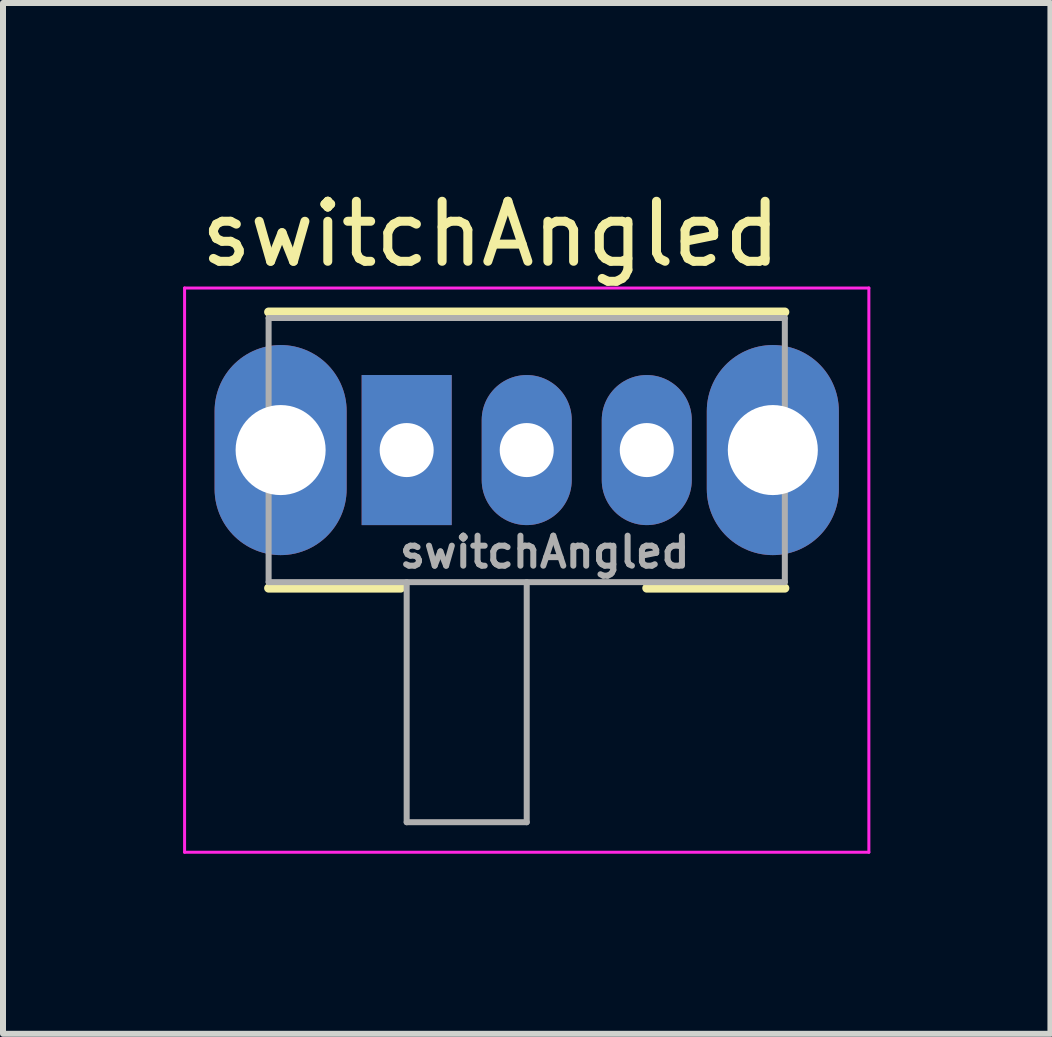
<source format=kicad_pcb>
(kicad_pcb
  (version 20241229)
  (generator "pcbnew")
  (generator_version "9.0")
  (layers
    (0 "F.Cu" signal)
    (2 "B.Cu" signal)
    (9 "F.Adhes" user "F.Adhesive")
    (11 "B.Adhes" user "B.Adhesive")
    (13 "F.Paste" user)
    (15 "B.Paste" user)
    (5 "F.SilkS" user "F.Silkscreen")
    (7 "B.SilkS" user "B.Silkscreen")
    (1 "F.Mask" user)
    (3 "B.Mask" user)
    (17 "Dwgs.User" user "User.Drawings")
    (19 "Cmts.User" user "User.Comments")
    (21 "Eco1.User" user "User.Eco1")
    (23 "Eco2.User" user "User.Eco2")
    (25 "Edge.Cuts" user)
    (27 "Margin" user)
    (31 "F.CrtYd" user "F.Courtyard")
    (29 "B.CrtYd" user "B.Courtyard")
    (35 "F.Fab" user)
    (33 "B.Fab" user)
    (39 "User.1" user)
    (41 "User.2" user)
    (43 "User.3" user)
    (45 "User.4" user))
  (footprint "switchAngled"
    (layer "F.Cu")
    (at 3.725 4.448)
    (property "Reference" "switchAngled" (at 1.4 -3.6 0) (layer "F.SilkS") (effects (font (size 1 1) (thickness 0.15))))
    (attr through_hole)
    (fp_line (start -2.3 -2.3) (end 6.3 -2.3) (stroke (width 0.15) (type solid)) (layer "F.SilkS"))
    (fp_line (start -2.3 2.3) (end -0.1 2.3) (stroke (width 0.15) (type solid)) (layer "F.SilkS"))
    (fp_line (start 4 2.3) (end 6.3 2.3) (stroke (width 0.15) (type solid)) (layer "F.SilkS"))
    (fp_line (start -3.7 -2.7) (end 7.7 -2.7) (stroke (width 0.05) (type solid)) (layer "F.CrtYd"))
    (fp_line (start -3.7 6.7) (end -3.7 -2.7) (stroke (width 0.05) (type solid)) (layer "F.CrtYd"))
    (fp_line (start 7.7 -2.7) (end 7.7 6.7) (stroke (width 0.05) (type solid)) (layer "F.CrtYd"))
    (fp_line (start 7.7 6.7) (end -3.7 6.7) (stroke (width 0.05) (type solid)) (layer "F.CrtYd"))
    (fp_line (start -2.3 -2.2) (end -2.3 2.2) (stroke (width 0.1) (type solid)) (layer "F.Fab"))
    (fp_line (start -2.3 -2.2) (end 6.3 -2.2) (stroke (width 0.1) (type solid)) (layer "F.Fab"))
    (fp_line (start -2.3 2.2) (end 6.3 2.2) (stroke (width 0.1) (type solid)) (layer "F.Fab"))
    (fp_line (start 0 6.2) (end 0 2.2) (stroke (width 0.1) (type solid)) (layer "F.Fab"))
    (fp_line (start 2 2.2) (end 2 6.2) (stroke (width 0.1) (type solid)) (layer "F.Fab"))
    (fp_line (start 2 6.2) (end 0 6.2) (stroke (width 0.1) (type solid)) (layer "F.Fab"))
    (fp_line (start 6.3 2.2) (end 6.3 -2.2) (stroke (width 0.1) (type solid)) (layer "F.Fab"))
    (fp_text user "${REFERENCE}" (at 2.3 1.7 0) (layer "F.Fab") (effects (font (size 0.5 0.5) (thickness 0.1))))
    (pad "" thru_hole oval (at -2.1 0) (size 2.2 3.5) (drill 1.5) (layers "*.Cu" "*.Mask"))
    (pad "" thru_hole oval (at 6.1 0) (size 2.2 3.5) (drill 1.5) (layers "*.Cu" "*.Mask"))
    (pad "1" thru_hole rect (at 0 0) (size 1.5 2.5) (drill 0.9) (layers "*.Cu" "*.Mask"))
    (pad "2" thru_hole oval (at 2 0) (size 1.5 2.5) (drill 0.9) (layers "*.Cu" "*.Mask"))
    (pad "3" thru_hole oval (at 4 0) (size 1.5 2.5) (drill 0.9) (layers "*.Cu" "*.Mask")))
  (gr_rect
    (start -3 -3)
    (end 14.45 14.173)
    (stroke (width 0.1) (type default))
    (fill no)
    (layer "Edge.Cuts")))
</source>
